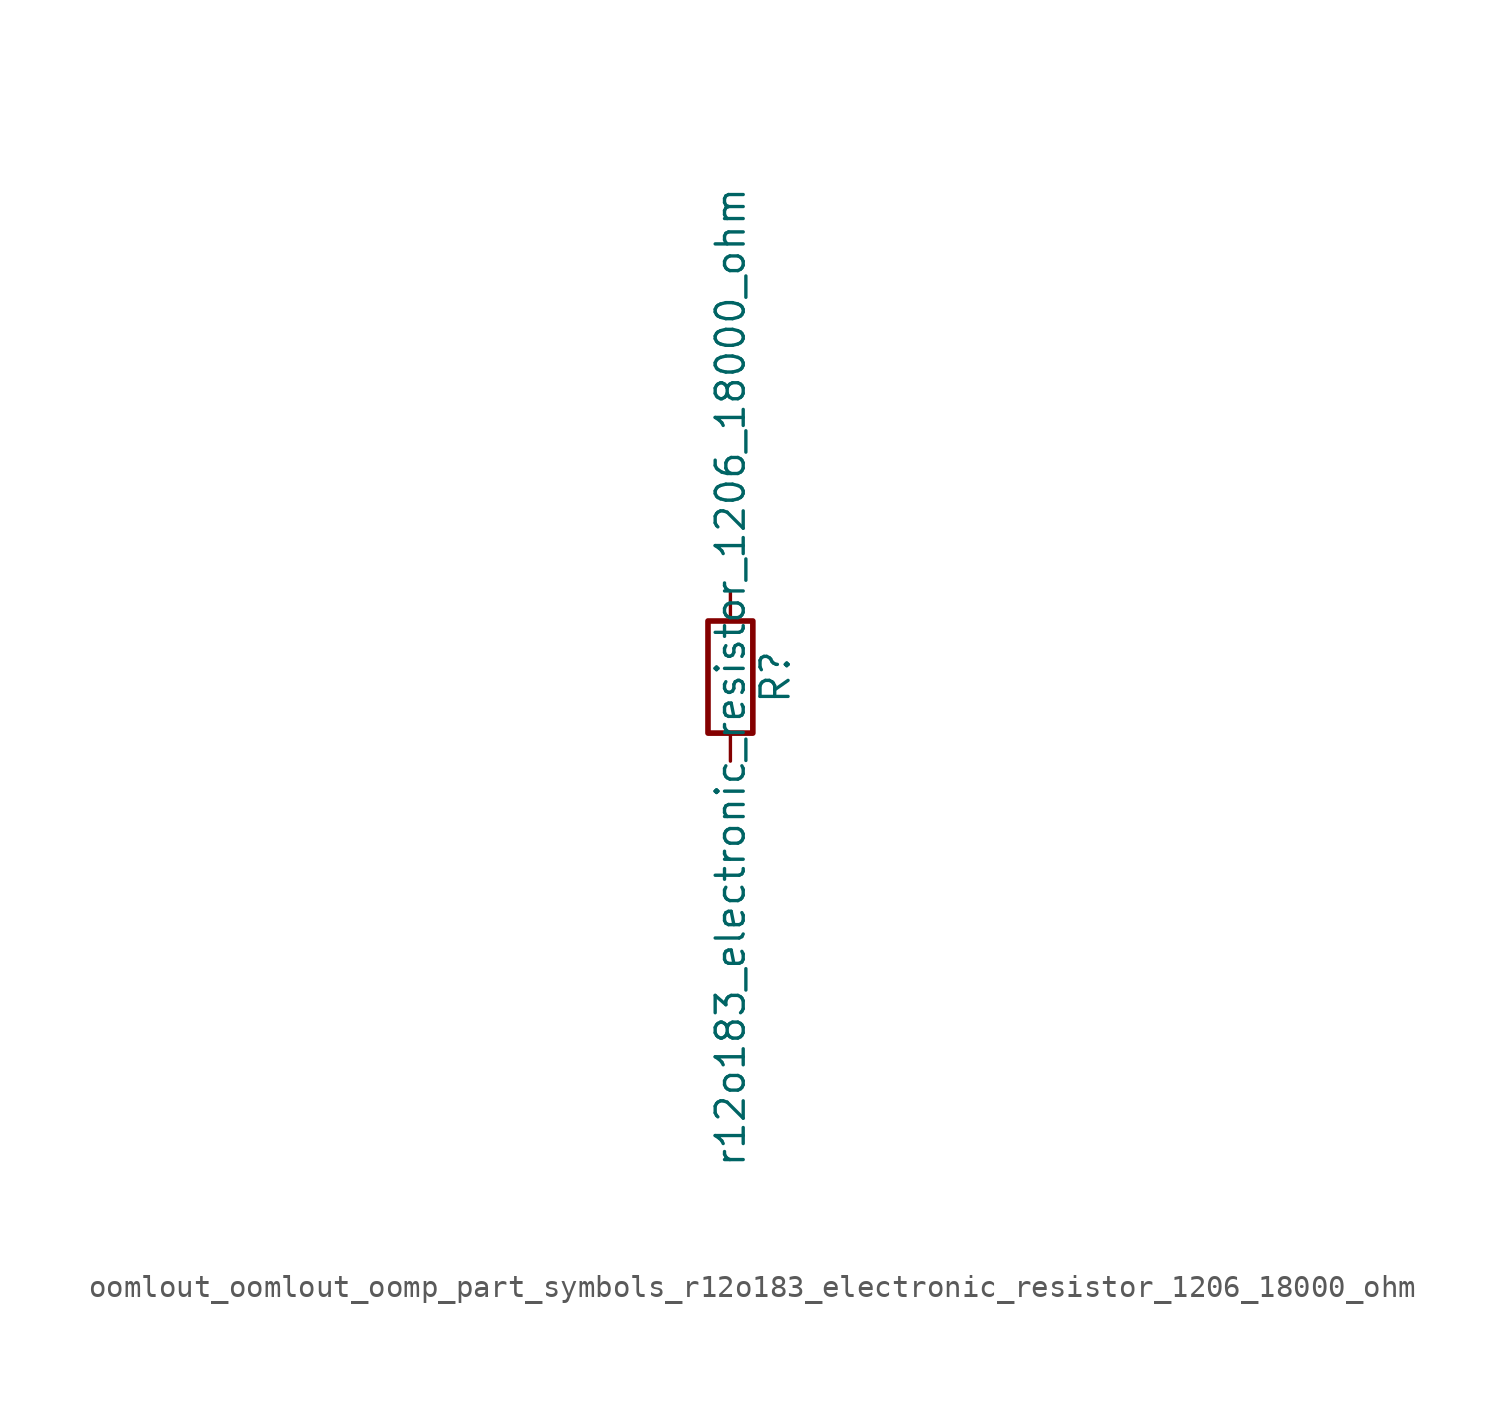
<source format=kicad_sym>
(kicad_symbol_lib
  (version 20220914)
  (generator kicad_symbol_editor)
  (symbol "oomlout_oomlout_oomp_part_symbols_r12o183_electronic_resistor_1206_18000_ohm"
    (pin_numbers hide)
    (pin_names
      (offset 0))
    (property "Reference" "R"
      (at 2.032 0 90)
      (effects (font (size 1.27 1.27))))
    (property "Value" "r12o183_electronic_resistor_1206_18000_ohm"
      (at 0 0 90)
      (effects (font (size 1.27 1.27))))
    (symbol "oomlout_oomlout_oomp_part_symbols_r12o183_electronic_resistor_1206_18000_ohm_0_1"
      (rectangle (start -1.016 -2.54) (end 1.016 2.54) (stroke (width 0.254) (type default)) (fill (type none))))
    (symbol "oomlout_oomlout_oomp_part_symbols_r12o183_electronic_resistor_1206_18000_ohm_1_1"
      (pin passive line (at 0 3.81 270) (length 1.27) (name "~" (effects (font (size 1.27 1.27)))) (number "1" (effects (font (size 1.27 1.27)))))
      (pin passive line (at 0 -3.81 90) (length 1.27) (name "~" (effects (font (size 1.27 1.27)))) (number "2" (effects (font (size 1.27 1.27))))))))
</source>
